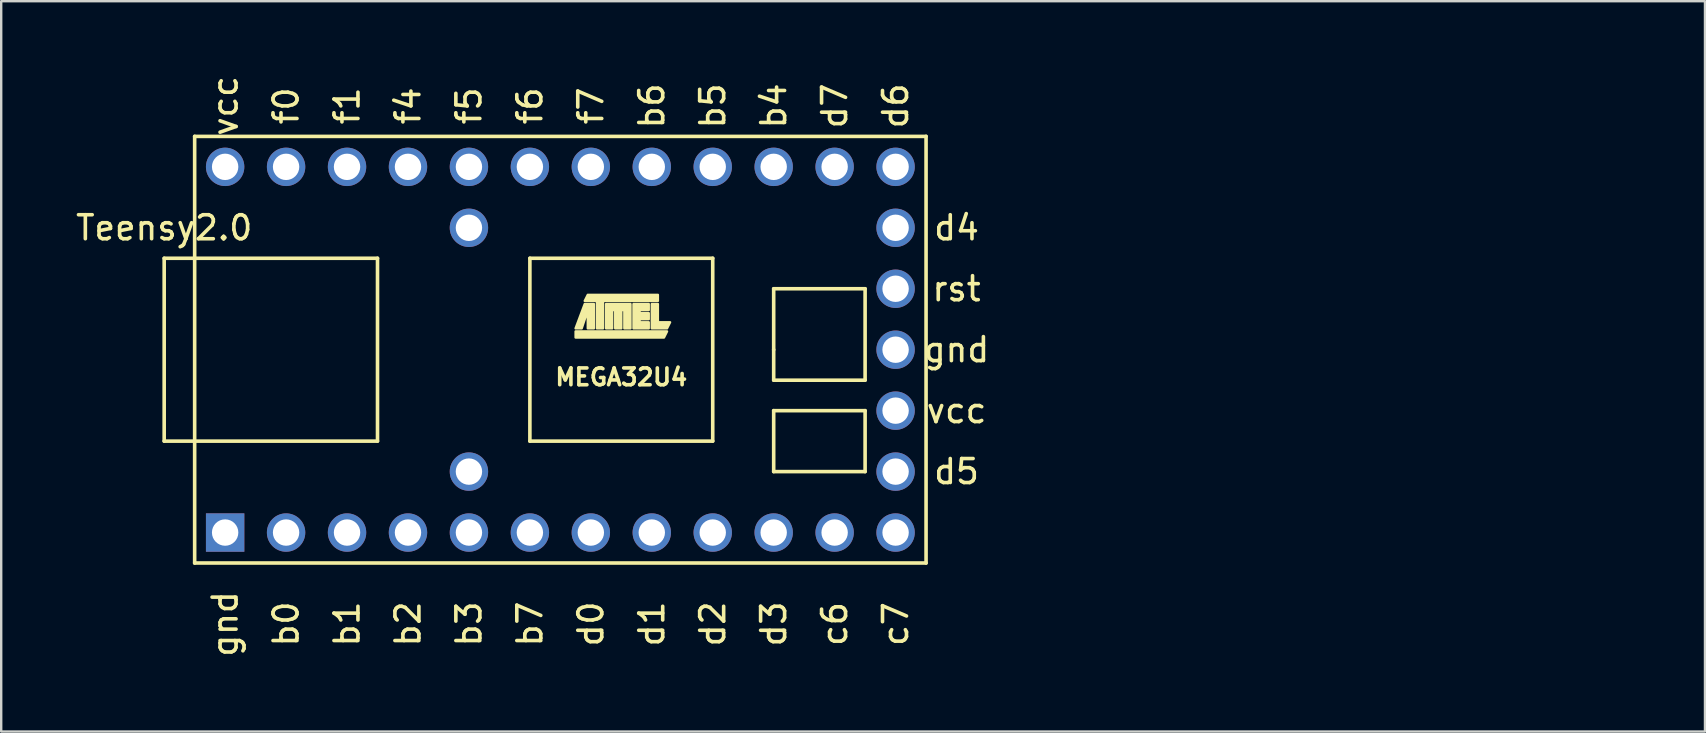
<source format=kicad_pcb>
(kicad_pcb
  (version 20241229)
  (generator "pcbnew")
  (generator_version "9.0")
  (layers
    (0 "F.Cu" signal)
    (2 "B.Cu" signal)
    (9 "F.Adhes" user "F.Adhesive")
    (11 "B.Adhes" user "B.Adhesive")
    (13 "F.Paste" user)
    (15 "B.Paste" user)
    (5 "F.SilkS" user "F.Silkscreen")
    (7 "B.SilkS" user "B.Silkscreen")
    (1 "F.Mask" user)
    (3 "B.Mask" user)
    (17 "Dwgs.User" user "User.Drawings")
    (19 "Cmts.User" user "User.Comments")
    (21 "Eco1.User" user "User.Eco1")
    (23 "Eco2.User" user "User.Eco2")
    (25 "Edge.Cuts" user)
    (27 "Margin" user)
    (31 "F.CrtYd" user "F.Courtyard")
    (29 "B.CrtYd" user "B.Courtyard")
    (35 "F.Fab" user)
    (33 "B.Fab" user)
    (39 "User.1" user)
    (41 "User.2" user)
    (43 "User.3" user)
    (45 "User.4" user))
  (footprint "Teensy2.0"
    (layer "F.Cu")
    (at 64.752 2.633)
    (property "Reference" "Teensy2.0" (at -60.96 3.81 180) (layer "F.SilkS") (effects (font (size 1 1) (thickness 0.15))))
    (attr through_hole)
    (fp_line (start -60.96 5.08) (end -52.07 5.08) (stroke (width 0.15) (type solid)) (layer "F.SilkS"))
    (fp_line (start -60.96 12.7) (end -60.96 5.08) (stroke (width 0.15) (type solid)) (layer "F.SilkS"))
    (fp_line (start -59.69 0) (end -29.21 0) (stroke (width 0.15) (type solid)) (layer "F.SilkS"))
    (fp_line (start -59.69 17.78) (end -59.69 0) (stroke (width 0.15) (type solid)) (layer "F.SilkS"))
    (fp_line (start -52.07 5.08) (end -52.07 12.7) (stroke (width 0.15) (type solid)) (layer "F.SilkS"))
    (fp_line (start -52.07 12.7) (end -60.96 12.7) (stroke (width 0.15) (type solid)) (layer "F.SilkS"))
    (fp_line (start -45.72 5.08) (end -45.72 12.7) (stroke (width 0.15) (type solid)) (layer "F.SilkS"))
    (fp_line (start -45.72 12.7) (end -38.1 12.7) (stroke (width 0.15) (type solid)) (layer "F.SilkS"))
    (fp_line (start -38.1 5.08) (end -45.72 5.08) (stroke (width 0.15) (type solid)) (layer "F.SilkS"))
    (fp_line (start -38.1 12.7) (end -38.1 5.08) (stroke (width 0.15) (type solid)) (layer "F.SilkS"))
    (fp_line (start -35.56 6.35) (end -35.56 8.89) (stroke (width 0.15) (type solid)) (layer "F.SilkS"))
    (fp_line (start -35.56 8.89) (end -35.56 10.16) (stroke (width 0.15) (type solid)) (layer "F.SilkS"))
    (fp_line (start -35.56 10.16) (end -31.75 10.16) (stroke (width 0.15) (type solid)) (layer "F.SilkS"))
    (fp_line (start -35.56 11.43) (end -35.56 13.97) (stroke (width 0.15) (type solid)) (layer "F.SilkS"))
    (fp_line (start -35.56 13.97) (end -31.75 13.97) (stroke (width 0.15) (type solid)) (layer "F.SilkS"))
    (fp_line (start -31.75 6.35) (end -35.56 6.35) (stroke (width 0.15) (type solid)) (layer "F.SilkS"))
    (fp_line (start -31.75 10.16) (end -31.75 6.35) (stroke (width 0.15) (type solid)) (layer "F.SilkS"))
    (fp_line (start -31.75 11.43) (end -35.56 11.43) (stroke (width 0.15) (type solid)) (layer "F.SilkS"))
    (fp_line (start -31.75 13.97) (end -31.75 11.43) (stroke (width 0.15) (type solid)) (layer "F.SilkS"))
    (fp_line (start -29.21 0) (end -29.21 17.78) (stroke (width 0.15) (type solid)) (layer "F.SilkS"))
    (fp_line (start -29.21 17.78) (end -59.69 17.78) (stroke (width 0.15) (type solid)) (layer "F.SilkS"))
    (fp_poly (pts (xy -43.815 8.128) (xy -40.005 8.128) (xy -40.132 8.382) (xy -43.815 8.382)) (stroke (width 0.1) (type solid)) (fill yes) (layer "F.SilkS"))
    (fp_poly (pts (xy -40.64 6.985) (xy -40.64 8.001) (xy -40.005 8.001) (xy -39.878 7.747) (xy -40.386 7.747) (xy -40.386 6.985)) (stroke (width 0.1) (type solid)) (fill yes) (layer "F.SilkS"))
    (fp_poly (pts (xy -43.053 8.001) (xy -43.053 6.985) (xy -43.434 6.985) (xy -43.815 8.001) (xy -43.561 8.001) (xy -43.307 7.239) (xy -43.307 8.001)) (stroke (width 0.1) (type solid)) (fill yes) (layer "F.SilkS"))
    (fp_poly (pts (xy -40.386 6.858) (xy -42.672 6.858) (xy -42.672 8.001) (xy -42.926 8.001) (xy -42.926 6.858) (xy -43.434 6.858) (xy -43.307 6.604) (xy -40.386 6.604)) (stroke (width 0.1) (type solid)) (fill yes) (layer "F.SilkS"))
    (fp_poly (pts (xy -41.529 8.001) (xy -41.529 6.985) (xy -42.545 6.985) (xy -42.545 8.001) (xy -42.291 8.001) (xy -42.291 7.239) (xy -42.164 7.239) (xy -42.164 8.001) (xy -41.91 8.001) (xy -41.91 7.239) (xy -41.783 7.239) (xy -41.783 8.001)) (stroke (width 0.1) (type solid)) (fill yes) (layer "F.SilkS"))
    (fp_poly (pts (xy -41.402 6.985) (xy -40.767 6.985) (xy -40.767 7.239) (xy -41.148 7.239) (xy -41.148 7.366) (xy -40.767 7.366) (xy -40.767 7.62) (xy -41.148 7.62) (xy -41.148 7.747) (xy -40.767 7.747) (xy -40.767 8.001) (xy -41.402 8.001)) (stroke (width 0.1) (type solid)) (fill yes) (layer "F.SilkS"))
    (fp_text user "d3" (at -35.56 20.32 90) (layer "F.SilkS") (effects (font (size 1 1) (thickness 0.15))))
    (fp_text user "b3" (at -48.26 20.32 90) (layer "F.SilkS") (effects (font (size 1 1) (thickness 0.15))))
    (fp_text user "d4" (at -27.94 3.81 0) (layer "F.SilkS") (effects (font (size 1 1) (thickness 0.15))))
    (fp_text user "vcc" (at -27.94 11.43 0) (layer "F.SilkS") (effects (font (size 1 1) (thickness 0.15))))
    (fp_text user "f6" (at -45.72 -1.27 90) (layer "F.SilkS") (effects (font (size 1 1) (thickness 0.15))))
    (fp_text user "b2" (at -50.8 20.32 90) (layer "F.SilkS") (effects (font (size 1 1) (thickness 0.15))))
    (fp_text user "f5" (at -48.26 -1.27 90) (layer "F.SilkS") (effects (font (size 1 1) (thickness 0.15))))
    (fp_text user "b7" (at -45.72 20.32 90) (layer "F.SilkS") (effects (font (size 1 1) (thickness 0.15))))
    (fp_text user "b6" (at -40.64 -1.27 90) (layer "F.SilkS") (effects (font (size 1 1) (thickness 0.15))))
    (fp_text user "d1" (at -40.64 20.32 90) (layer "F.SilkS") (effects (font (size 1 1) (thickness 0.15))))
    (fp_text user "b1" (at -53.34 20.32 90) (layer "F.SilkS") (effects (font (size 1 1) (thickness 0.15))))
    (fp_text user "d2" (at -38.1 20.32 90) (layer "F.SilkS") (effects (font (size 1 1) (thickness 0.15))))
    (fp_text user "gnd" (at -27.94 8.89 0) (layer "F.SilkS") (effects (font (size 1 1) (thickness 0.15))))
    (fp_text user "MEGA32U4" (at -41.91 10.033 180) (layer "F.SilkS") (effects (font (size 0.7 0.7) (thickness 0.15))))
    (fp_text user "f1" (at -53.34 -1.27 90) (layer "F.SilkS") (effects (font (size 1 1) (thickness 0.15))))
    (fp_text user "b5" (at -38.1 -1.27 90) (layer "F.SilkS") (effects (font (size 1 1) (thickness 0.15))))
    (fp_text user "d0" (at -43.18 20.32 90) (layer "F.SilkS") (effects (font (size 1 1) (thickness 0.15))))
    (fp_text user "vcc" (at -58.42 -1.27 90) (layer "F.SilkS") (effects (font (size 1 1) (thickness 0.15))))
    (fp_text user "d5" (at -27.94 13.97 0) (layer "F.SilkS") (effects (font (size 1 1) (thickness 0.15))))
    (fp_text user "rst" (at -27.94 6.35 0) (layer "F.SilkS") (effects (font (size 1 1) (thickness 0.15))))
    (fp_text user "b4" (at -35.56 -1.27 90) (layer "F.SilkS") (effects (font (size 1 1) (thickness 0.15))))
    (fp_text user "f4" (at -50.8 -1.27 90) (layer "F.SilkS") (effects (font (size 1 1) (thickness 0.15))))
    (fp_text user "gnd" (at -58.42 20.32 90) (layer "F.SilkS") (effects (font (size 1 1) (thickness 0.15))))
    (fp_text user "f0" (at -55.88 -1.27 90) (layer "F.SilkS") (effects (font (size 1 1) (thickness 0.15))))
    (fp_text user "c6" (at -33.02 20.32 90) (layer "F.SilkS") (effects (font (size 1 1) (thickness 0.15))))
    (fp_text user "f7" (at -43.18 -1.27 90) (layer "F.SilkS") (effects (font (size 1 1) (thickness 0.15))))
    (fp_text user "d7" (at -33.02 -1.27 90) (layer "F.SilkS") (effects (font (size 1 1) (thickness 0.15))))
    (fp_text user "d6" (at -30.48 -1.27 90) (layer "F.SilkS") (effects (font (size 1 1) (thickness 0.15))))
    (fp_text user "c7" (at -30.48 20.32 90) (layer "F.SilkS") (effects (font (size 1 1) (thickness 0.15))))
    (fp_text user "b0" (at -55.88 20.32 90) (layer "F.SilkS") (effects (font (size 1 1) (thickness 0.15))))
    (pad "1" thru_hole rect (at -58.42 16.51) (size 1.6 1.6) (drill 1.1) (layers "*.Cu" "*.Mask"))
    (pad "2" thru_hole circle (at -55.88 16.51) (size 1.6 1.6) (drill 1.1) (layers "*.Cu" "*.Mask"))
    (pad "3" thru_hole circle (at -53.34 16.51) (size 1.6 1.6) (drill 1.1) (layers "*.Cu" "*.Mask"))
    (pad "4" thru_hole circle (at -50.8 16.51) (size 1.6 1.6) (drill 1.1) (layers "*.Cu" "*.Mask"))
    (pad "5" thru_hole circle (at -48.26 16.51) (size 1.6 1.6) (drill 1.1) (layers "*.Cu" "*.Mask"))
    (pad "6" thru_hole circle (at -45.72 16.51) (size 1.6 1.6) (drill 1.1) (layers "*.Cu" "*.Mask"))
    (pad "7" thru_hole circle (at -43.18 16.51) (size 1.6 1.6) (drill 1.1) (layers "*.Cu" "*.Mask"))
    (pad "8" thru_hole circle (at -40.64 16.51) (size 1.6 1.6) (drill 1.1) (layers "*.Cu" "*.Mask"))
    (pad "9" thru_hole circle (at -38.1 16.51) (size 1.6 1.6) (drill 1.1) (layers "*.Cu" "*.Mask"))
    (pad "10" thru_hole circle (at -35.56 16.51) (size 1.6 1.6) (drill 1.1) (layers "*.Cu" "*.Mask"))
    (pad "11" thru_hole circle (at -33.02 16.51) (size 1.6 1.6) (drill 1.1) (layers "*.Cu" "*.Mask"))
    (pad "12" thru_hole circle (at -30.48 16.51) (size 1.6 1.6) (drill 1.1) (layers "*.Cu" "*.Mask"))
    (pad "13" thru_hole circle (at -30.48 13.97) (size 1.6 1.6) (drill 1.1) (layers "*.Cu" "*.Mask"))
    (pad "14" thru_hole circle (at -30.48 11.43) (size 1.6 1.6) (drill 1.1) (layers "*.Cu" "*.Mask"))
    (pad "15" thru_hole circle (at -30.48 8.89) (size 1.6 1.6) (drill 1.1) (layers "*.Cu" "*.Mask"))
    (pad "16" thru_hole circle (at -30.48 6.35) (size 1.6 1.6) (drill 1.1) (layers "*.Cu" "*.Mask"))
    (pad "17" thru_hole circle (at -30.48 3.81) (size 1.6 1.6) (drill 1.1) (layers "*.Cu" "*.Mask"))
    (pad "18" thru_hole circle (at -30.48 1.27) (size 1.6 1.6) (drill 1.1) (layers "*.Cu" "*.Mask"))
    (pad "19" thru_hole circle (at -33.02 1.27) (size 1.6 1.6) (drill 1.1) (layers "*.Cu" "*.Mask"))
    (pad "20" thru_hole circle (at -35.56 1.27) (size 1.6 1.6) (drill 1.1) (layers "*.Cu" "*.Mask"))
    (pad "21" thru_hole circle (at -38.1 1.27) (size 1.6 1.6) (drill 1.1) (layers "*.Cu" "*.Mask"))
    (pad "22" thru_hole circle (at -40.64 1.27) (size 1.6 1.6) (drill 1.1) (layers "*.Cu" "*.Mask"))
    (pad "23" thru_hole circle (at -43.18 1.27) (size 1.6 1.6) (drill 1.1) (layers "*.Cu" "*.Mask"))
    (pad "24" thru_hole circle (at -45.72 1.27) (size 1.6 1.6) (drill 1.1) (layers "*.Cu" "*.Mask"))
    (pad "25" thru_hole circle (at -48.26 1.27) (size 1.6 1.6) (drill 1.1) (layers "*.Cu" "*.Mask"))
    (pad "26" thru_hole circle (at -50.8 1.27) (size 1.6 1.6) (drill 1.1) (layers "*.Cu" "*.Mask"))
    (pad "27" thru_hole circle (at -53.34 1.27) (size 1.6 1.6) (drill 1.1) (layers "*.Cu" "*.Mask"))
    (pad "28" thru_hole circle (at -55.88 1.27) (size 1.6 1.6) (drill 1.1) (layers "*.Cu" "*.Mask"))
    (pad "29" thru_hole circle (at -58.42 1.27) (size 1.6 1.6) (drill 1.1) (layers "*.Cu" "*.Mask"))
    (pad "30" thru_hole circle (at -48.26 13.97) (size 1.6 1.6) (drill 1.1) (layers "*.Cu" "*.Mask"))
    (pad "31" thru_hole circle (at -48.26 3.81) (size 1.6 1.6) (drill 1.1) (layers "*.Cu" "*.Mask")))
  (gr_rect
    (start -3 -3)
    (end 68.002 27.435)
    (stroke (width 0.1) (type default))
    (fill no)
    (layer "Edge.Cuts")))
</source>
